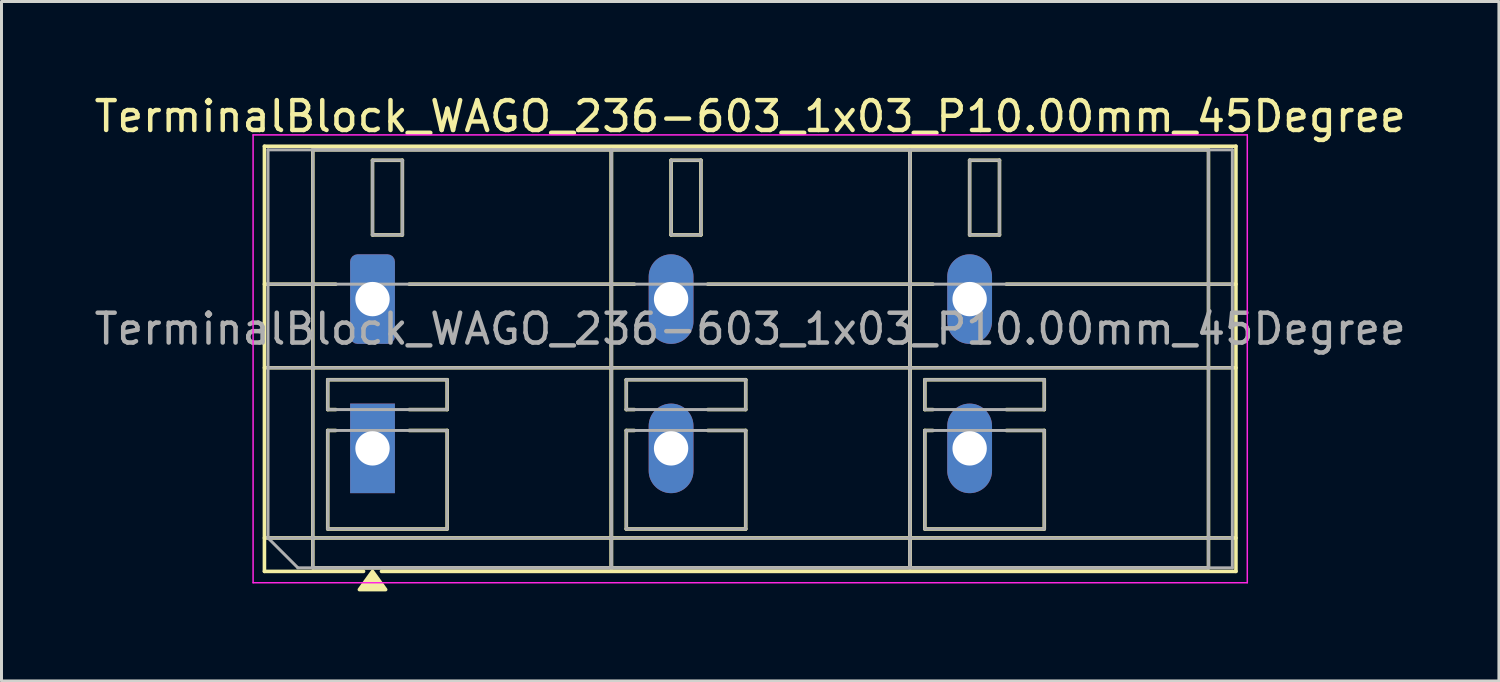
<source format=kicad_pcb>
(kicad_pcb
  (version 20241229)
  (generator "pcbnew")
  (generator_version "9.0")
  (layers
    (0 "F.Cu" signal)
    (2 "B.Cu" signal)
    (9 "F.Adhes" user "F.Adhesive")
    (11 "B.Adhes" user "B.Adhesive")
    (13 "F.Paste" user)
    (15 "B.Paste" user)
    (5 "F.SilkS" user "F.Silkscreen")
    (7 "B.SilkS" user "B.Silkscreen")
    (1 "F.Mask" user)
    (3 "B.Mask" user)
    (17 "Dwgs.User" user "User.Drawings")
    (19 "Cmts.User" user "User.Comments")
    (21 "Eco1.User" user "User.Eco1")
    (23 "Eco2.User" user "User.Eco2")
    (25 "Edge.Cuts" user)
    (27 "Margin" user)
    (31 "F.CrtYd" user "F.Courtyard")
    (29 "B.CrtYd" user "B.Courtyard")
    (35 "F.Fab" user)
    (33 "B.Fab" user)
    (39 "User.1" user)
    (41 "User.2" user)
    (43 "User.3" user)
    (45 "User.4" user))
  (footprint "TerminalBlock_WAGO_236-603_1x03_P10.00mm_45Degree"
    (layer "F.Cu")
    (at 9.427 6.968)
    (property "Reference" "TerminalBlock_WAGO_236-603_1x03_P10.00mm_45Degree" (at 12.65 -6.12 0) (layer "F.SilkS") (effects (font (size 1 1) (thickness 0.15))))
    (attr through_hole)
    (fp_line (start -3.62 -5.12) (end -3.62 9.12) (stroke (width 0.12) (type solid)) (layer "F.SilkS"))
    (fp_line (start -3.62 -5.12) (end 28.92 -5.12) (stroke (width 0.12) (type solid)) (layer "F.SilkS"))
    (fp_line (start -3.62 -0.5) (end -1.23 -0.5) (stroke (width 0.12) (type solid)) (layer "F.SilkS"))
    (fp_line (start -3.62 2.3) (end 28.92 2.3) (stroke (width 0.12) (type solid)) (layer "F.SilkS"))
    (fp_line (start -3.62 8) (end 28.92 8) (stroke (width 0.12) (type solid)) (layer "F.SilkS"))
    (fp_line (start -3.62 9.12) (end -0.3 9.12) (stroke (width 0.12) (type solid)) (layer "F.SilkS"))
    (fp_line (start -2 -5) (end -2 9) (stroke (width 0.12) (type solid)) (layer "F.SilkS"))
    (fp_line (start -2 -5) (end 8 -5) (stroke (width 0.12) (type solid)) (layer "F.SilkS"))
    (fp_line (start -2 9) (end 8 9) (stroke (width 0.12) (type solid)) (layer "F.SilkS"))
    (fp_line (start -1.5 2.7) (end -1.5 3.7) (stroke (width 0.12) (type solid)) (layer "F.SilkS"))
    (fp_line (start -1.5 2.7) (end 2.5 2.7) (stroke (width 0.12) (type solid)) (layer "F.SilkS"))
    (fp_line (start -1.5 3.7) (end -1.23 3.7) (stroke (width 0.12) (type solid)) (layer "F.SilkS"))
    (fp_line (start -1.5 4.4) (end -1.5 7.7) (stroke (width 0.12) (type solid)) (layer "F.SilkS"))
    (fp_line (start -1.5 4.4) (end -1.23 4.4) (stroke (width 0.12) (type solid)) (layer "F.SilkS"))
    (fp_line (start -1.5 7.7) (end 2.5 7.7) (stroke (width 0.12) (type solid)) (layer "F.SilkS"))
    (fp_line (start 0 -4.65) (end 0 -2.15) (stroke (width 0.12) (type solid)) (layer "F.SilkS"))
    (fp_line (start 0 -4.65) (end 1 -4.65) (stroke (width 0.12) (type solid)) (layer "F.SilkS"))
    (fp_line (start 0 -2.15) (end 1 -2.15) (stroke (width 0.12) (type solid)) (layer "F.SilkS"))
    (fp_line (start 0.3 9.12) (end 28.92 9.12) (stroke (width 0.12) (type solid)) (layer "F.SilkS"))
    (fp_line (start 1 -4.65) (end 1 -2.15) (stroke (width 0.12) (type solid)) (layer "F.SilkS"))
    (fp_line (start 1.23 -0.5) (end 8.77 -0.5) (stroke (width 0.12) (type solid)) (layer "F.SilkS"))
    (fp_line (start 1.23 3.7) (end 2.5 3.7) (stroke (width 0.12) (type solid)) (layer "F.SilkS"))
    (fp_line (start 1.23 4.4) (end 2.5 4.4) (stroke (width 0.12) (type solid)) (layer "F.SilkS"))
    (fp_line (start 2.5 2.7) (end 2.5 3.7) (stroke (width 0.12) (type solid)) (layer "F.SilkS"))
    (fp_line (start 2.5 4.4) (end 2.5 7.7) (stroke (width 0.12) (type solid)) (layer "F.SilkS"))
    (fp_line (start 8 -5) (end 8 9) (stroke (width 0.12) (type solid)) (layer "F.SilkS"))
    (fp_line (start 8 -5) (end 8 9) (stroke (width 0.12) (type solid)) (layer "F.SilkS"))
    (fp_line (start 8 -5) (end 18 -5) (stroke (width 0.12) (type solid)) (layer "F.SilkS"))
    (fp_line (start 8 9) (end 18 9) (stroke (width 0.12) (type solid)) (layer "F.SilkS"))
    (fp_line (start 8.5 2.7) (end 8.5 3.7) (stroke (width 0.12) (type solid)) (layer "F.SilkS"))
    (fp_line (start 8.5 2.7) (end 12.5 2.7) (stroke (width 0.12) (type solid)) (layer "F.SilkS"))
    (fp_line (start 8.5 3.7) (end 8.77 3.7) (stroke (width 0.12) (type solid)) (layer "F.SilkS"))
    (fp_line (start 8.5 4.4) (end 8.5 7.7) (stroke (width 0.12) (type solid)) (layer "F.SilkS"))
    (fp_line (start 8.5 4.4) (end 8.77 4.4) (stroke (width 0.12) (type solid)) (layer "F.SilkS"))
    (fp_line (start 8.5 7.7) (end 12.5 7.7) (stroke (width 0.12) (type solid)) (layer "F.SilkS"))
    (fp_line (start 10 -4.65) (end 10 -2.15) (stroke (width 0.12) (type solid)) (layer "F.SilkS"))
    (fp_line (start 10 -4.65) (end 11 -4.65) (stroke (width 0.12) (type solid)) (layer "F.SilkS"))
    (fp_line (start 10 -2.15) (end 11 -2.15) (stroke (width 0.12) (type solid)) (layer "F.SilkS"))
    (fp_line (start 11 -4.65) (end 11 -2.15) (stroke (width 0.12) (type solid)) (layer "F.SilkS"))
    (fp_line (start 11.23 -0.5) (end 18.77 -0.5) (stroke (width 0.12) (type solid)) (layer "F.SilkS"))
    (fp_line (start 11.23 3.7) (end 12.5 3.7) (stroke (width 0.12) (type solid)) (layer "F.SilkS"))
    (fp_line (start 11.23 4.4) (end 12.5 4.4) (stroke (width 0.12) (type solid)) (layer "F.SilkS"))
    (fp_line (start 12.5 2.7) (end 12.5 3.7) (stroke (width 0.12) (type solid)) (layer "F.SilkS"))
    (fp_line (start 12.5 4.4) (end 12.5 7.7) (stroke (width 0.12) (type solid)) (layer "F.SilkS"))
    (fp_line (start 18 -5) (end 18 9) (stroke (width 0.12) (type solid)) (layer "F.SilkS"))
    (fp_line (start 18 -5) (end 18 9) (stroke (width 0.12) (type solid)) (layer "F.SilkS"))
    (fp_line (start 18 -5) (end 28 -5) (stroke (width 0.12) (type solid)) (layer "F.SilkS"))
    (fp_line (start 18 9) (end 28 9) (stroke (width 0.12) (type solid)) (layer "F.SilkS"))
    (fp_line (start 18.5 2.7) (end 18.5 3.7) (stroke (width 0.12) (type solid)) (layer "F.SilkS"))
    (fp_line (start 18.5 2.7) (end 22.5 2.7) (stroke (width 0.12) (type solid)) (layer "F.SilkS"))
    (fp_line (start 18.5 3.7) (end 18.77 3.7) (stroke (width 0.12) (type solid)) (layer "F.SilkS"))
    (fp_line (start 18.5 4.4) (end 18.5 7.7) (stroke (width 0.12) (type solid)) (layer "F.SilkS"))
    (fp_line (start 18.5 4.4) (end 18.77 4.4) (stroke (width 0.12) (type solid)) (layer "F.SilkS"))
    (fp_line (start 18.5 7.7) (end 22.5 7.7) (stroke (width 0.12) (type solid)) (layer "F.SilkS"))
    (fp_line (start 20 -4.65) (end 20 -2.15) (stroke (width 0.12) (type solid)) (layer "F.SilkS"))
    (fp_line (start 20 -4.65) (end 21 -4.65) (stroke (width 0.12) (type solid)) (layer "F.SilkS"))
    (fp_line (start 20 -2.15) (end 21 -2.15) (stroke (width 0.12) (type solid)) (layer "F.SilkS"))
    (fp_line (start 21 -4.65) (end 21 -2.15) (stroke (width 0.12) (type solid)) (layer "F.SilkS"))
    (fp_line (start 21.23 -0.5) (end 28.92 -0.5) (stroke (width 0.12) (type solid)) (layer "F.SilkS"))
    (fp_line (start 21.23 3.7) (end 22.5 3.7) (stroke (width 0.12) (type solid)) (layer "F.SilkS"))
    (fp_line (start 21.23 4.4) (end 22.5 4.4) (stroke (width 0.12) (type solid)) (layer "F.SilkS"))
    (fp_line (start 22.5 2.7) (end 22.5 3.7) (stroke (width 0.12) (type solid)) (layer "F.SilkS"))
    (fp_line (start 22.5 4.4) (end 22.5 7.7) (stroke (width 0.12) (type solid)) (layer "F.SilkS"))
    (fp_line (start 28 -5) (end 28 9) (stroke (width 0.12) (type solid)) (layer "F.SilkS"))
    (fp_line (start 28.92 -5.12) (end 28.92 9.12) (stroke (width 0.12) (type solid)) (layer "F.SilkS"))
    (fp_poly (pts (xy 0 9.12) (xy 0.44 9.73) (xy -0.44 9.73)) (stroke (width 0.12) (type solid)) (fill yes) (layer "F.SilkS"))
    (fp_line (start -4 -5.5) (end -4 9.5) (stroke (width 0.05) (type solid)) (layer "F.CrtYd"))
    (fp_line (start -4 9.5) (end 29.3 9.5) (stroke (width 0.05) (type solid)) (layer "F.CrtYd"))
    (fp_line (start 29.3 -5.5) (end -4 -5.5) (stroke (width 0.05) (type solid)) (layer "F.CrtYd"))
    (fp_line (start 29.3 9.5) (end 29.3 -5.5) (stroke (width 0.05) (type solid)) (layer "F.CrtYd"))
    (fp_line (start -3.5 -5) (end 28.8 -5) (stroke (width 0.1) (type solid)) (layer "F.Fab"))
    (fp_line (start -3.5 -0.5) (end 28.8 -0.5) (stroke (width 0.1) (type solid)) (layer "F.Fab"))
    (fp_line (start -3.5 2.3) (end 28.8 2.3) (stroke (width 0.1) (type solid)) (layer "F.Fab"))
    (fp_line (start -3.5 8) (end -3.5 -5) (stroke (width 0.1) (type solid)) (layer "F.Fab"))
    (fp_line (start -3.5 8) (end 28.8 8) (stroke (width 0.1) (type solid)) (layer "F.Fab"))
    (fp_line (start -2.5 9) (end -3.5 8) (stroke (width 0.1) (type solid)) (layer "F.Fab"))
    (fp_line (start -2 -5) (end -2 9) (stroke (width 0.1) (type solid)) (layer "F.Fab"))
    (fp_line (start -2 9) (end 8 9) (stroke (width 0.1) (type solid)) (layer "F.Fab"))
    (fp_line (start -1.5 2.7) (end -1.5 3.7) (stroke (width 0.1) (type solid)) (layer "F.Fab"))
    (fp_line (start -1.5 3.7) (end 2.5 3.7) (stroke (width 0.1) (type solid)) (layer "F.Fab"))
    (fp_line (start -1.5 4.4) (end -1.5 7.7) (stroke (width 0.1) (type solid)) (layer "F.Fab"))
    (fp_line (start -1.5 7.7) (end 2.5 7.7) (stroke (width 0.1) (type solid)) (layer "F.Fab"))
    (fp_line (start 0 -4.65) (end 0 -2.15) (stroke (width 0.1) (type solid)) (layer "F.Fab"))
    (fp_line (start 0 -2.15) (end 1 -2.15) (stroke (width 0.1) (type solid)) (layer "F.Fab"))
    (fp_line (start 1 -4.65) (end 0 -4.65) (stroke (width 0.1) (type solid)) (layer "F.Fab"))
    (fp_line (start 1 -2.15) (end 1 -4.65) (stroke (width 0.1) (type solid)) (layer "F.Fab"))
    (fp_line (start 2.5 2.7) (end -1.5 2.7) (stroke (width 0.1) (type solid)) (layer "F.Fab"))
    (fp_line (start 2.5 3.7) (end 2.5 2.7) (stroke (width 0.1) (type solid)) (layer "F.Fab"))
    (fp_line (start 2.5 4.4) (end -1.5 4.4) (stroke (width 0.1) (type solid)) (layer "F.Fab"))
    (fp_line (start 2.5 7.7) (end 2.5 4.4) (stroke (width 0.1) (type solid)) (layer "F.Fab"))
    (fp_line (start 8 -5) (end -2 -5) (stroke (width 0.1) (type solid)) (layer "F.Fab"))
    (fp_line (start 8 -5) (end 8 9) (stroke (width 0.1) (type solid)) (layer "F.Fab"))
    (fp_line (start 8 9) (end 8 -5) (stroke (width 0.1) (type solid)) (layer "F.Fab"))
    (fp_line (start 8 9) (end 18 9) (stroke (width 0.1) (type solid)) (layer "F.Fab"))
    (fp_line (start 8.5 2.7) (end 8.5 3.7) (stroke (width 0.1) (type solid)) (layer "F.Fab"))
    (fp_line (start 8.5 3.7) (end 12.5 3.7) (stroke (width 0.1) (type solid)) (layer "F.Fab"))
    (fp_line (start 8.5 4.4) (end 8.5 7.7) (stroke (width 0.1) (type solid)) (layer "F.Fab"))
    (fp_line (start 8.5 7.7) (end 12.5 7.7) (stroke (width 0.1) (type solid)) (layer "F.Fab"))
    (fp_line (start 10 -4.65) (end 10 -2.15) (stroke (width 0.1) (type solid)) (layer "F.Fab"))
    (fp_line (start 10 -2.15) (end 11 -2.15) (stroke (width 0.1) (type solid)) (layer "F.Fab"))
    (fp_line (start 11 -4.65) (end 10 -4.65) (stroke (width 0.1) (type solid)) (layer "F.Fab"))
    (fp_line (start 11 -2.15) (end 11 -4.65) (stroke (width 0.1) (type solid)) (layer "F.Fab"))
    (fp_line (start 12.5 2.7) (end 8.5 2.7) (stroke (width 0.1) (type solid)) (layer "F.Fab"))
    (fp_line (start 12.5 3.7) (end 12.5 2.7) (stroke (width 0.1) (type solid)) (layer "F.Fab"))
    (fp_line (start 12.5 4.4) (end 8.5 4.4) (stroke (width 0.1) (type solid)) (layer "F.Fab"))
    (fp_line (start 12.5 7.7) (end 12.5 4.4) (stroke (width 0.1) (type solid)) (layer "F.Fab"))
    (fp_line (start 18 -5) (end 8 -5) (stroke (width 0.1) (type solid)) (layer "F.Fab"))
    (fp_line (start 18 -5) (end 18 9) (stroke (width 0.1) (type solid)) (layer "F.Fab"))
    (fp_line (start 18 9) (end 18 -5) (stroke (width 0.1) (type solid)) (layer "F.Fab"))
    (fp_line (start 18 9) (end 28 9) (stroke (width 0.1) (type solid)) (layer "F.Fab"))
    (fp_line (start 18.5 2.7) (end 18.5 3.7) (stroke (width 0.1) (type solid)) (layer "F.Fab"))
    (fp_line (start 18.5 3.7) (end 22.5 3.7) (stroke (width 0.1) (type solid)) (layer "F.Fab"))
    (fp_line (start 18.5 4.4) (end 18.5 7.7) (stroke (width 0.1) (type solid)) (layer "F.Fab"))
    (fp_line (start 18.5 7.7) (end 22.5 7.7) (stroke (width 0.1) (type solid)) (layer "F.Fab"))
    (fp_line (start 20 -4.65) (end 20 -2.15) (stroke (width 0.1) (type solid)) (layer "F.Fab"))
    (fp_line (start 20 -2.15) (end 21 -2.15) (stroke (width 0.1) (type solid)) (layer "F.Fab"))
    (fp_line (start 21 -4.65) (end 20 -4.65) (stroke (width 0.1) (type solid)) (layer "F.Fab"))
    (fp_line (start 21 -2.15) (end 21 -4.65) (stroke (width 0.1) (type solid)) (layer "F.Fab"))
    (fp_line (start 22.5 2.7) (end 18.5 2.7) (stroke (width 0.1) (type solid)) (layer "F.Fab"))
    (fp_line (start 22.5 3.7) (end 22.5 2.7) (stroke (width 0.1) (type solid)) (layer "F.Fab"))
    (fp_line (start 22.5 4.4) (end 18.5 4.4) (stroke (width 0.1) (type solid)) (layer "F.Fab"))
    (fp_line (start 22.5 7.7) (end 22.5 4.4) (stroke (width 0.1) (type solid)) (layer "F.Fab"))
    (fp_line (start 28 -5) (end 18 -5) (stroke (width 0.1) (type solid)) (layer "F.Fab"))
    (fp_line (start 28 9) (end 28 -5) (stroke (width 0.1) (type solid)) (layer "F.Fab"))
    (fp_line (start 28.8 -5) (end 28.8 9) (stroke (width 0.1) (type solid)) (layer "F.Fab"))
    (fp_line (start 28.8 9) (end -2.5 9) (stroke (width 0.1) (type solid)) (layer "F.Fab"))
    (fp_text user "${REFERENCE}" (at 12.65 1 0) (layer "F.Fab") (effects (font (size 1 1) (thickness 0.15))))
    (pad "1" thru_hole roundrect (at 0 0) (size 1.5 3) (drill 1.15) (layers "*.Cu" "*.Mask") (roundrect_rratio 0.167))
    (pad "1" thru_hole rect (at 0 5) (size 1.5 3) (drill 1.15) (layers "*.Cu" "*.Mask"))
    (pad "2" thru_hole oval (at 10 0) (size 1.5 3) (drill 1.15) (layers "*.Cu" "*.Mask"))
    (pad "2" thru_hole oval (at 10 5) (size 1.5 3) (drill 1.15) (layers "*.Cu" "*.Mask"))
    (pad "3" thru_hole oval (at 20 0) (size 1.5 3) (drill 1.15) (layers "*.Cu" "*.Mask"))
    (pad "3" thru_hole oval (at 20 5) (size 1.5 3) (drill 1.15) (layers "*.Cu" "*.Mask")))
  (gr_rect
    (start -3 -3)
    (end 47.155 19.758)
    (stroke (width 0.1) (type default))
    (fill no)
    (layer "Edge.Cuts")))
</source>
